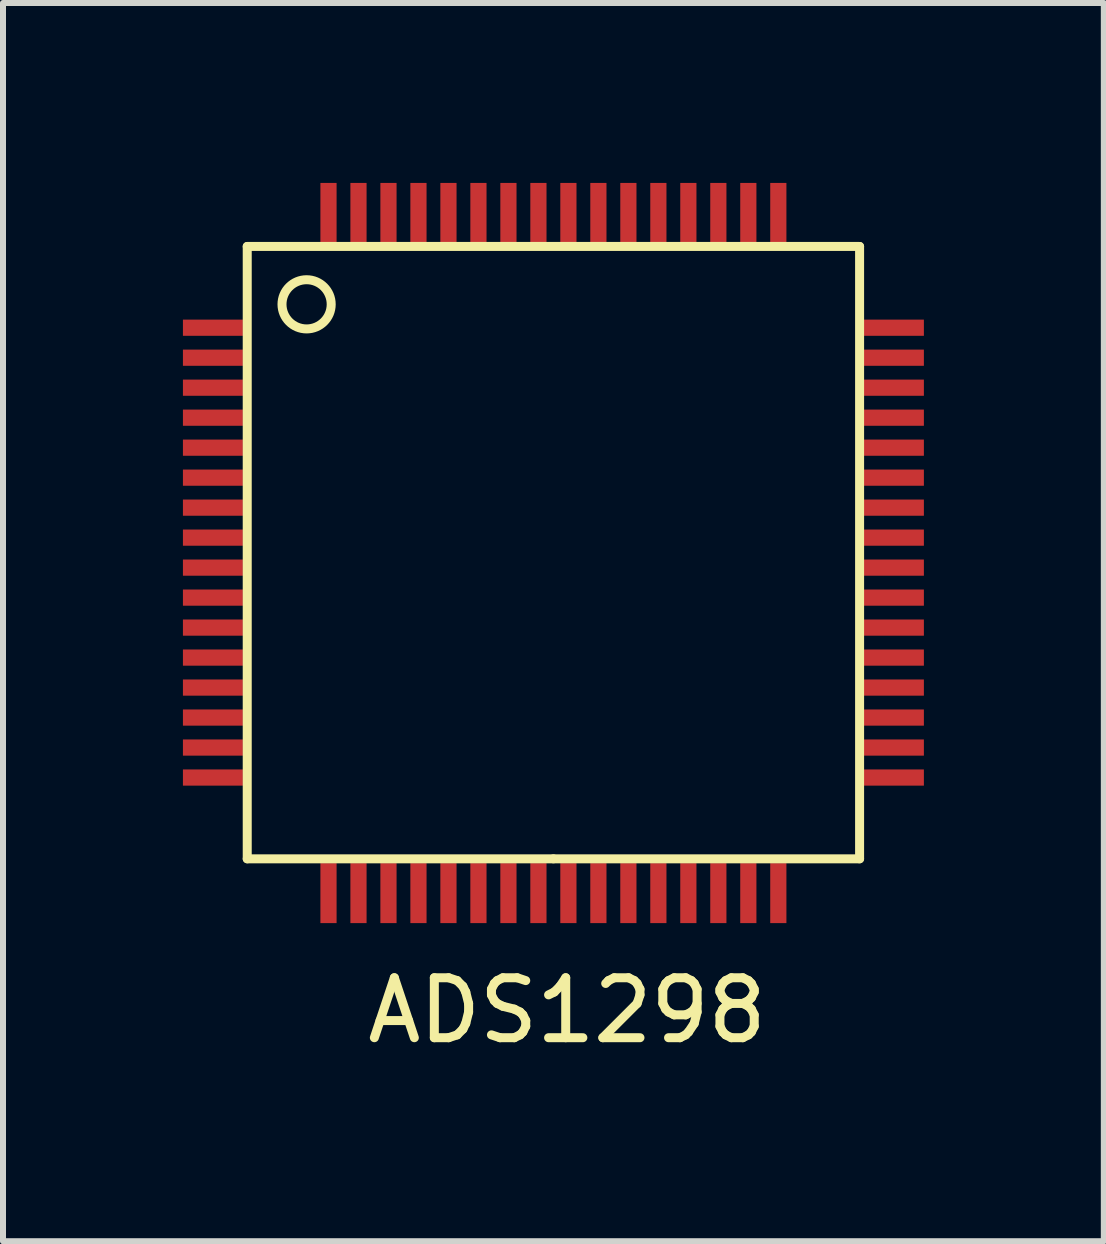
<source format=kicad_pcb>
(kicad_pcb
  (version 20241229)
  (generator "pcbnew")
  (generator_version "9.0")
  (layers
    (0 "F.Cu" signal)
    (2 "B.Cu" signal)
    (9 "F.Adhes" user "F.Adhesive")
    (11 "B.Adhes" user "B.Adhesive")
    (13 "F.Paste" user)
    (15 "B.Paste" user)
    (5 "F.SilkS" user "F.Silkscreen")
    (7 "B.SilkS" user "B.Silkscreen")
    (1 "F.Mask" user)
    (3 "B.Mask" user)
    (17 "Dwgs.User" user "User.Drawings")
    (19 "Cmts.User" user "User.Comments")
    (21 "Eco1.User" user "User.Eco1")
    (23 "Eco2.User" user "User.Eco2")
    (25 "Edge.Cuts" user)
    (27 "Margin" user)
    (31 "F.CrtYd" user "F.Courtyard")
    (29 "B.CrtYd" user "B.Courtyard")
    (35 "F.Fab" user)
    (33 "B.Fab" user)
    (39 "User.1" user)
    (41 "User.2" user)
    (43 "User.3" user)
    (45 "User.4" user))
  (footprint "ADS1298"
    (layer "F.Cu")
    (at 6.177 6.164)
    (property "Reference" "ADS1298" (at 0.229 7.633 0) (layer "F.SilkS") (effects (font (size 1 1) (thickness 0.15))))
    (attr through_hole)
    (fp_line (start -5.105 -5.105) (end -5.105 5.105) (stroke (width 0.15) (type solid)) (layer "F.SilkS"))
    (fp_line (start -5.105 5.105) (end 0 5.105) (stroke (width 0.15) (type solid)) (layer "F.SilkS"))
    (fp_line (start 0 5.105) (end 5.105 5.105) (stroke (width 0.15) (type solid)) (layer "F.SilkS"))
    (fp_line (start 5.105 -5.105) (end -5.105 -5.105) (stroke (width 0.15) (type solid)) (layer "F.SilkS"))
    (fp_line (start 5.105 5.105) (end 5.105 -5.105) (stroke (width 0.15) (type solid)) (layer "F.SilkS"))
    (fp_circle (center -4.115 -4.14) (end -3.734 -3.988) (stroke (width 0.15) (type solid)) (fill no) (layer "F.SilkS"))
    (pad "1" connect rect (at -5.677 -3.75) (size 1 0.27) (layers "F.Cu" "F.Mask"))
    (pad "2" connect rect (at -5.677 -3.25) (size 1 0.27) (layers "F.Cu" "F.Mask"))
    (pad "3" connect rect (at -5.677 -2.75) (size 1 0.27) (layers "F.Cu" "F.Mask"))
    (pad "4" connect rect (at -5.677 -2.25) (size 1 0.27) (layers "F.Cu" "F.Mask"))
    (pad "5" connect rect (at -5.677 -1.75) (size 1 0.27) (layers "F.Cu" "F.Mask"))
    (pad "6" connect rect (at -5.677 -1.25) (size 1 0.27) (layers "F.Cu" "F.Mask"))
    (pad "7" connect rect (at -5.677 -0.75) (size 1 0.27) (layers "F.Cu" "F.Mask"))
    (pad "8" connect rect (at -5.677 -0.25) (size 1 0.27) (layers "F.Cu" "F.Mask"))
    (pad "9" connect rect (at -5.677 0.25) (size 1 0.27) (layers "F.Cu" "F.Mask"))
    (pad "10" connect rect (at -5.677 0.75) (size 1 0.27) (layers "F.Cu" "F.Mask"))
    (pad "11" connect rect (at -5.677 1.25) (size 1 0.27) (layers "F.Cu" "F.Mask"))
    (pad "12" connect rect (at -5.677 1.75) (size 1 0.27) (layers "F.Cu" "F.Mask"))
    (pad "13" connect rect (at -5.677 2.25) (size 1 0.27) (layers "F.Cu" "F.Mask"))
    (pad "14" connect rect (at -5.677 2.75) (size 1 0.27) (layers "F.Cu" "F.Mask"))
    (pad "15" connect rect (at -5.677 3.25) (size 1 0.27) (layers "F.Cu" "F.Mask"))
    (pad "16" connect rect (at -5.677 3.75) (size 1 0.27) (layers "F.Cu" "F.Mask"))
    (pad "17" connect rect (at -3.75 5.677) (size 0.27 1) (layers "F.Cu" "F.Mask"))
    (pad "18" connect rect (at -3.25 5.677) (size 0.27 1) (layers "F.Cu" "F.Mask"))
    (pad "19" connect rect (at -2.75 5.677) (size 0.27 1) (layers "F.Cu" "F.Mask"))
    (pad "20" connect rect (at -2.25 5.677) (size 0.27 1) (layers "F.Cu" "F.Mask"))
    (pad "21" connect rect (at -1.75 5.677) (size 0.27 1) (layers "F.Cu" "F.Mask"))
    (pad "22" connect rect (at -1.25 5.677) (size 0.27 1) (layers "F.Cu" "F.Mask"))
    (pad "23" connect rect (at -0.75 5.677) (size 0.27 1) (layers "F.Cu" "F.Mask"))
    (pad "24" connect rect (at -0.25 5.677) (size 0.27 1) (layers "F.Cu" "F.Mask"))
    (pad "25" connect rect (at 0.25 5.677) (size 0.27 1) (layers "F.Cu" "F.Mask"))
    (pad "26" connect rect (at 0.75 5.677) (size 0.27 1) (layers "F.Cu" "F.Mask"))
    (pad "27" connect rect (at 1.25 5.677) (size 0.27 1) (layers "F.Cu" "F.Mask"))
    (pad "28" connect rect (at 1.75 5.677) (size 0.27 1) (layers "F.Cu" "F.Mask"))
    (pad "29" connect rect (at 2.25 5.677) (size 0.27 1) (layers "F.Cu" "F.Mask"))
    (pad "30" connect rect (at 2.75 5.677) (size 0.27 1) (layers "F.Cu" "F.Mask"))
    (pad "31" connect rect (at 3.25 5.677) (size 0.27 1) (layers "F.Cu" "F.Mask"))
    (pad "32" connect rect (at 3.75 5.677) (size 0.27 1) (layers "F.Cu" "F.Mask"))
    (pad "33" connect rect (at 5.677 3.75) (size 1 0.27) (layers "F.Cu" "F.Mask"))
    (pad "34" connect rect (at 5.677 3.25) (size 1 0.27) (layers "F.Cu" "F.Mask"))
    (pad "35" connect rect (at 5.677 2.75) (size 1 0.27) (layers "F.Cu" "F.Mask"))
    (pad "36" connect rect (at 5.677 2.25) (size 1 0.27) (layers "F.Cu" "F.Mask"))
    (pad "37" connect rect (at 5.677 1.75) (size 1 0.27) (layers "F.Cu" "F.Mask"))
    (pad "38" connect rect (at 5.677 1.25) (size 1 0.27) (layers "F.Cu" "F.Mask"))
    (pad "39" connect rect (at 5.677 0.75) (size 1 0.27) (layers "F.Cu" "F.Mask"))
    (pad "40" connect rect (at 5.677 0.25) (size 1 0.27) (layers "F.Cu" "F.Mask"))
    (pad "41" connect rect (at 5.677 -0.25) (size 1 0.27) (layers "F.Cu" "F.Mask"))
    (pad "42" connect rect (at 5.677 -0.75) (size 1 0.27) (layers "F.Cu" "F.Mask"))
    (pad "43" connect rect (at 5.677 -1.25) (size 1 0.27) (layers "F.Cu" "F.Mask"))
    (pad "44" connect rect (at 5.677 -1.75) (size 1 0.27) (layers "F.Cu" "F.Mask"))
    (pad "45" connect rect (at 5.677 -2.25) (size 1 0.27) (layers "F.Cu" "F.Mask"))
    (pad "46" connect rect (at 5.677 -2.75) (size 1 0.27) (layers "F.Cu" "F.Mask"))
    (pad "47" connect rect (at 5.677 -3.25) (size 1 0.27) (layers "F.Cu" "F.Mask"))
    (pad "48" connect rect (at 5.677 -3.75) (size 1 0.27) (layers "F.Cu" "F.Mask"))
    (pad "49" connect rect (at 3.75 -5.664) (size 0.27 1) (layers "F.Cu" "F.Mask"))
    (pad "50" connect rect (at 3.25 -5.664) (size 0.27 1) (layers "F.Cu" "F.Mask"))
    (pad "51" connect rect (at 2.75 -5.664) (size 0.27 1) (layers "F.Cu" "F.Mask"))
    (pad "52" connect rect (at 2.25 -5.664) (size 0.27 1) (layers "F.Cu" "F.Mask"))
    (pad "53" connect rect (at 1.75 -5.664) (size 0.27 1) (layers "F.Cu" "F.Mask"))
    (pad "54" connect rect (at 1.25 -5.664) (size 0.27 1) (layers "F.Cu" "F.Mask"))
    (pad "55" connect rect (at 0.75 -5.664) (size 0.27 1) (layers "F.Cu" "F.Mask"))
    (pad "56" connect rect (at 0.25 -5.664) (size 0.27 1) (layers "F.Cu" "F.Mask"))
    (pad "57" connect rect (at -0.25 -5.664) (size 0.27 1) (layers "F.Cu" "F.Mask"))
    (pad "58" connect rect (at -0.75 -5.664) (size 0.27 1) (layers "F.Cu" "F.Mask"))
    (pad "59" connect rect (at -1.25 -5.664) (size 0.27 1) (layers "F.Cu" "F.Mask"))
    (pad "60" connect rect (at -1.75 -5.664) (size 0.27 1) (layers "F.Cu" "F.Mask"))
    (pad "61" connect rect (at -2.25 -5.664) (size 0.27 1) (layers "F.Cu" "F.Mask"))
    (pad "62" connect rect (at -2.75 -5.664) (size 0.27 1) (layers "F.Cu" "F.Mask"))
    (pad "63" connect rect (at -3.25 -5.664) (size 0.27 1) (layers "F.Cu" "F.Mask"))
    (pad "64" connect rect (at -3.75 -5.664) (size 0.27 1) (layers "F.Cu" "F.Mask")))
  (gr_rect
    (start -3 -3)
    (end 15.354 17.645)
    (stroke (width 0.1) (type default))
    (fill no)
    (layer "Edge.Cuts")))
</source>
